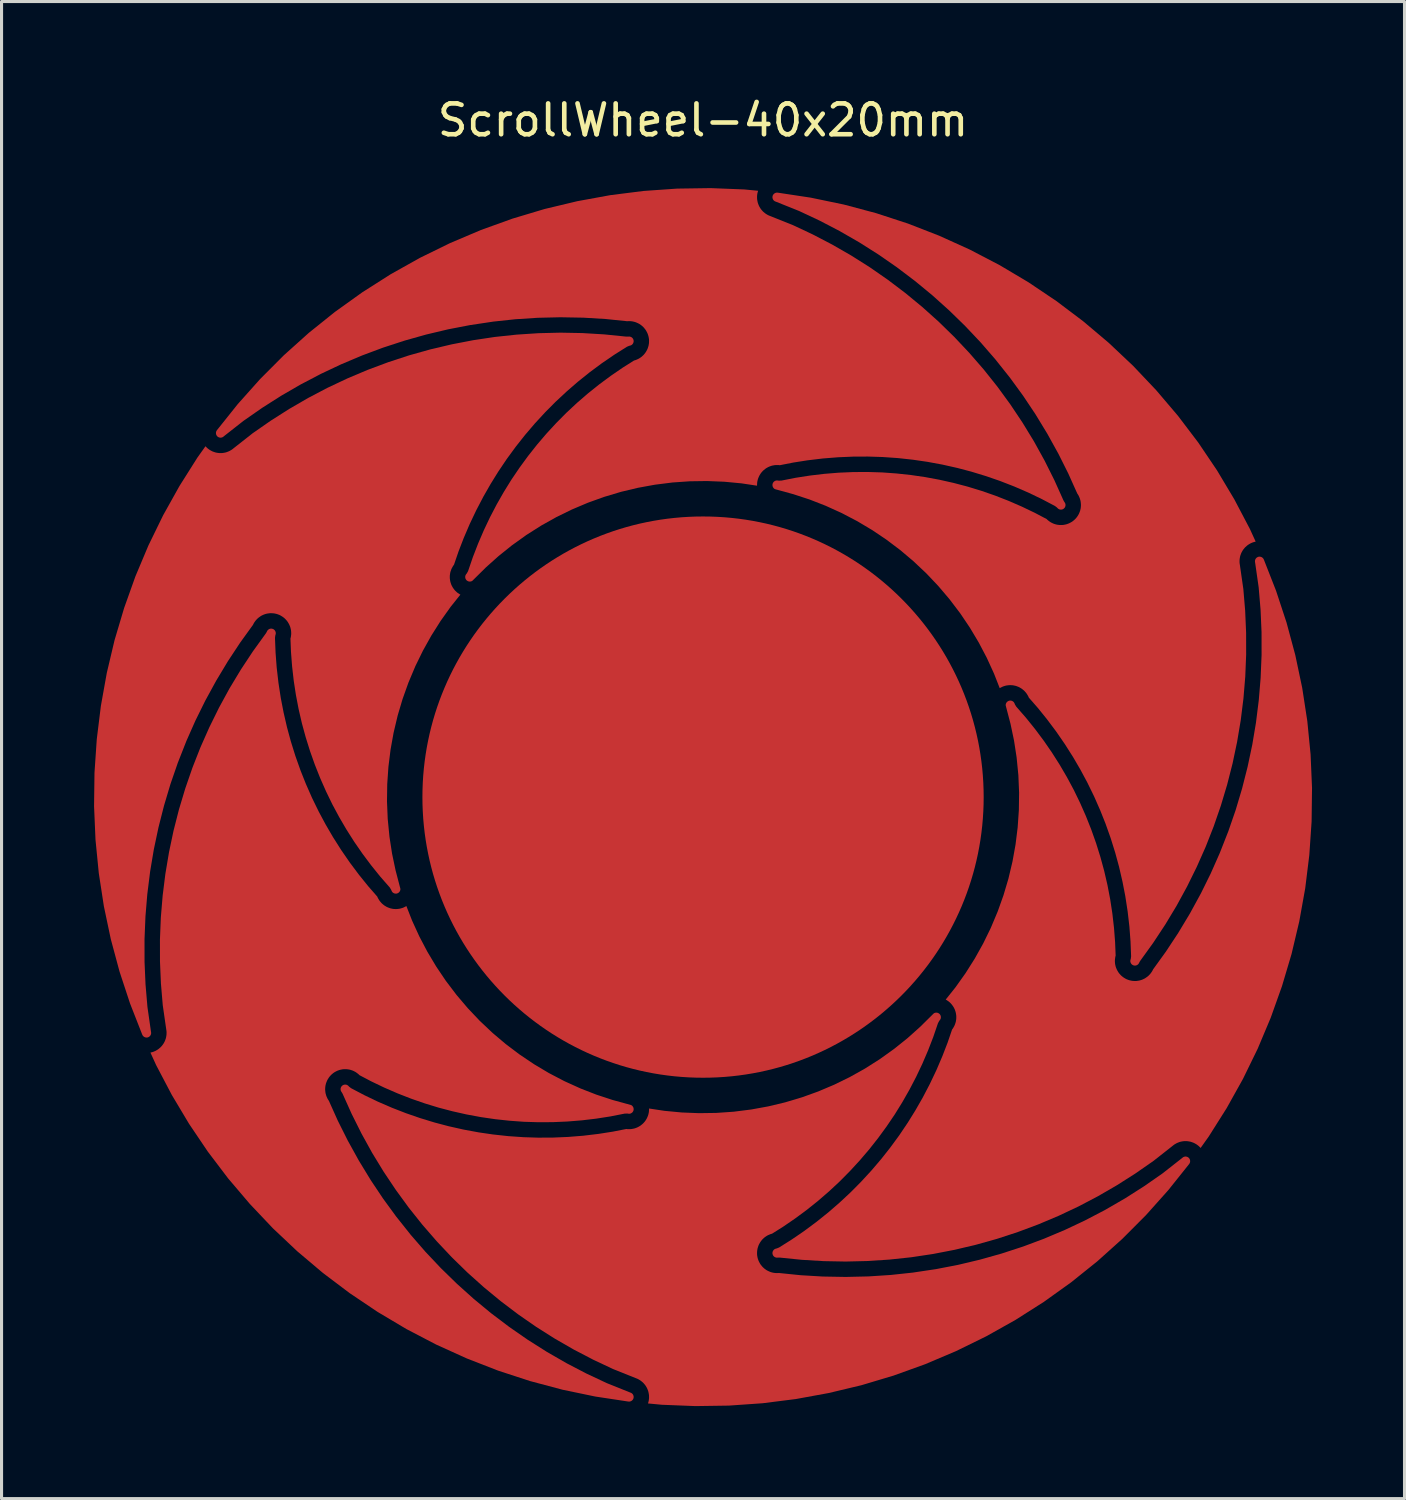
<source format=kicad_pcb>
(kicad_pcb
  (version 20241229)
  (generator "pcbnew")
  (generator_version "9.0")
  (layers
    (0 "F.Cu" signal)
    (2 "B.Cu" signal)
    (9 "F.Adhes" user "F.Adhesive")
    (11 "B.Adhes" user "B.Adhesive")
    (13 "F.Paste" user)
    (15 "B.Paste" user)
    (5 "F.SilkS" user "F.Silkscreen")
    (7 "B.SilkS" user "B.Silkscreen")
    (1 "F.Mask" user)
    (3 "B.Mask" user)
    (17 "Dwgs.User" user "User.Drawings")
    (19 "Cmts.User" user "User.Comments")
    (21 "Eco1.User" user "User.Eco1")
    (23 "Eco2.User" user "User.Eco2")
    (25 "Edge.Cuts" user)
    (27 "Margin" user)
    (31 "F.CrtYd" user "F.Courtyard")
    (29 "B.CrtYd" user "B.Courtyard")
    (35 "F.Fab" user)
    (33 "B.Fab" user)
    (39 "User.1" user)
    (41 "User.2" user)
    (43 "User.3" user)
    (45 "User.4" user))
  (footprint "ScrollWheel-40x20mm"
    (layer "F.Cu")
    (at 19.748 22.798)
    (property "Reference" "ScrollWheel-40x20mm" (at 0 -21.95 0) (layer "F.SilkS") (effects (font (size 1 1) (thickness 0.15))))
    (attr smd)
    (fp_circle (center 0 0) (end 0 -9) (stroke (width 0.2) (type solid)) (fill yes) (layer "F.Cu"))
    (pad "1" smd custom (at 0 -15) (size 2 2) (layers "F.Cu") (options (anchor circle)) (primitives (gr_poly (pts (xy 1.335 -4.705) (xy 1.785 -4.662) (xy 1.769 -4.605) (xy 1.76 -4.565) (xy 1.752 -4.499) (xy 1.751 -4.458) (xy 1.753 -4.392) (xy 1.759 -4.351) (xy 1.772 -4.286) (xy 1.784 -4.247) (xy 1.808 -4.185) (xy 1.826 -4.148) (xy 1.86 -4.091) (xy 1.884 -4.058) (xy 1.927 -4.007) (xy 1.956 -3.978) (xy 2.007 -3.936) (xy 2.04 -3.912) (xy 2.097 -3.878) (xy 2.134 -3.86) (xy 2.195 -3.836) (xy 2.917 -3.547) (xy 3.559 -3.245) (xy 4.19 -2.916) (xy 4.807 -2.561) (xy 5.408 -2.181) (xy 5.993 -1.775) (xy 6.56 -1.346) (xy 7.109 -0.893) (xy 7.639 -0.418) (xy 8.148 0.079) (xy 8.636 0.597) (xy 9.102 1.134) (xy 9.546 1.691) (xy 9.965 2.266) (xy 10.36 2.857) (xy 10.731 3.465) (xy 11.075 4.088) (xy 11.393 4.724) (xy 11.687 5.378) (xy 11.709 5.417) (xy 11.734 5.455) (xy 11.745 5.477) (xy 11.751 5.501) (xy 11.754 5.525) (xy 11.753 5.55) (xy 11.747 5.574) (xy 11.738 5.597) (xy 11.725 5.617) (xy 11.708 5.636) (xy 11.689 5.652) (xy 11.668 5.664) (xy 11.645 5.672) (xy 11.621 5.677) (xy 11.596 5.677) (xy 11.572 5.674) (xy 11.548 5.667) (xy 11.526 5.655) (xy 11.507 5.641) (xy 11.475 5.608) (xy 11.412 5.56) (xy 10.988 5.337) (xy 10.98 5.333) (xy 10.549 5.126) (xy 10.54 5.122) (xy 10.101 4.932) (xy 10.092 4.928) (xy 9.647 4.755) (xy 9.638 4.751) (xy 9.186 4.595) (xy 9.177 4.592) (xy 8.719 4.452) (xy 8.71 4.449) (xy 8.248 4.327) (xy 8.239 4.325) (xy 7.772 4.22) (xy 7.763 4.218) (xy 7.292 4.131) (xy 7.283 4.129) (xy 6.81 4.06) (xy 6.8 4.059) (xy 6.325 4.007) (xy 6.315 4.006) (xy 5.838 3.973) (xy 5.829 3.972) (xy 5.351 3.957) (xy 5.341 3.957) (xy 4.863 3.959) (xy 4.853 3.96) (xy 4.375 3.98) (xy 4.366 3.981) (xy 3.889 4.019) (xy 3.88 4.02) (xy 3.405 4.077) (xy 3.395 4.078) (xy 2.923 4.152) (xy 2.914 4.154) (xy 2.487 4.238) (xy 2.464 4.234) (xy 2.423 4.232) (xy 2.357 4.233) (xy 2.316 4.237) (xy 2.251 4.249) (xy 2.211 4.259) (xy 2.149 4.282) (xy 2.111 4.299) (xy 2.054 4.331) (xy 2.02 4.354) (xy 1.968 4.396) (xy 1.938 4.424) (xy 1.894 4.473) (xy 1.869 4.506) (xy 1.834 4.562) (xy 1.815 4.599) (xy 1.789 4.66) (xy 1.776 4.699) (xy 1.761 4.763) (xy 1.755 4.804) (xy 1.751 4.87) (xy 1.751 4.902) (xy 1.261 4.828) (xy 1.247 4.826) (xy 0.698 4.774) (xy 0.685 4.773) (xy 0.134 4.751) (xy 0.12 4.751) (xy -0.431 4.759) (xy -0.445 4.76) (xy -0.994 4.798) (xy -1.008 4.8) (xy -1.555 4.869) (xy -1.568 4.871) (xy -2.11 4.97) (xy -2.124 4.973) (xy -2.66 5.101) (xy -2.673 5.105) (xy -3.201 5.263) (xy -3.214 5.267) (xy -3.733 5.454) (xy -3.745 5.459) (xy -4.253 5.674) (xy -4.265 5.68) (xy -4.76 5.922) (xy -4.772 5.929) (xy -5.253 6.198) (xy -5.265 6.206) (xy -5.73 6.501) (xy -5.741 6.509) (xy -6.189 6.83) (xy -6.2 6.838) (xy -6.63 7.183) (xy -6.64 7.192) (xy -7.051 7.56) (xy -7.059 7.569) (xy -7.479 7.984) (xy -7.494 7.994) (xy -7.517 8.004) (xy -7.541 8.009) (xy -7.565 8.011) (xy -7.59 8.009) (xy -7.614 8.002) (xy -7.636 7.992) (xy -7.657 7.978) (xy -7.675 7.962) (xy -7.689 7.942) (xy -7.701 7.92) (xy -7.709 7.897) (xy -7.712 7.872) (xy -7.712 7.848) (xy -7.708 7.823) (xy -7.699 7.8) (xy -7.687 7.779) (xy -7.659 7.743) (xy -7.618 7.668) (xy -7.465 7.22) (xy -7.296 6.783) (xy -7.111 6.352) (xy -6.91 5.928) (xy -6.693 5.512) (xy -6.461 5.105) (xy -6.214 4.706) (xy -5.951 4.318) (xy -5.674 3.939) (xy -5.383 3.571) (xy -5.079 3.215) (xy -4.761 2.87) (xy -4.431 2.537) (xy -4.088 2.217) (xy -3.733 1.91) (xy -3.367 1.617) (xy -2.99 1.338) (xy -2.603 1.073) (xy -2.237 0.842) (xy -2.212 0.836) (xy -2.172 0.822) (xy -2.112 0.796) (xy -2.075 0.777) (xy -2.02 0.741) (xy -1.987 0.716) (xy -1.938 0.671) (xy -1.91 0.641) (xy -1.87 0.589) (xy -1.847 0.554) (xy -1.815 0.496) (xy -1.798 0.459) (xy -1.777 0.396) (xy -1.766 0.356) (xy -1.755 0.291) (xy -1.752 0.25) (xy -1.751 0.184) (xy -1.754 0.143) (xy -1.765 0.078) (xy -1.775 0.038) (xy -1.796 -0.025) (xy -1.813 -0.063) (xy -1.844 -0.121) (xy -1.866 -0.156) (xy -1.907 -0.208) (xy -1.934 -0.239) (xy -1.983 -0.284) (xy -2.015 -0.309) (xy -2.07 -0.346) (xy -2.107 -0.365) (xy -2.167 -0.392) (xy -2.206 -0.406) (xy -2.27 -0.422) (xy -2.311 -0.429) (xy -2.376 -0.435) (xy -2.418 -0.435) (xy -2.461 -0.432) (xy -3.157 -0.503) (xy -3.167 -0.504) (xy -3.888 -0.547) (xy -3.898 -0.547) (xy -4.62 -0.56) (xy -4.631 -0.56) (xy -5.353 -0.543) (xy -5.363 -0.543) (xy -6.083 -0.496) (xy -6.094 -0.495) (xy -6.812 -0.418) (xy -6.822 -0.416) (xy -7.536 -0.309) (xy -7.546 -0.308) (xy -8.255 -0.171) (xy -8.266 -0.169) (xy -8.968 -0.002) (xy -8.978 0.000178) (xy -9.673 0.196) (xy -9.683 0.199) (xy -10.37 0.423) (xy -10.379 0.426) (xy -11.056 0.679) (xy -11.065 0.683) (xy -11.731 0.964) (xy -11.74 0.968) (xy -12.393 1.276) (xy -12.402 1.281) (xy -13.042 1.616) (xy -13.051 1.621) (xy -13.676 1.983) (xy -13.685 1.988) (xy -14.294 2.376) (xy -14.303 2.382) (xy -14.895 2.794) (xy -14.907 2.803) (xy -15.526 3.289) (xy -15.528 3.291) (xy -15.563 3.319) (xy -15.584 3.331) (xy -15.608 3.339) (xy -15.632 3.344) (xy -15.656 3.344) (xy -15.681 3.34) (xy -15.704 3.333) (xy -15.726 3.321) (xy -15.746 3.307) (xy -15.763 3.289) (xy -15.776 3.268) (xy -15.787 3.246) (xy -15.793 3.222) (xy -15.795 3.198) (xy -15.794 3.173) (xy -15.788 3.149) (xy -15.779 3.126) (xy -15.762 3.1) (xy -15.087 2.255) (xy -14.362 1.443) (xy -13.593 0.672) (xy -12.783 -0.055) (xy -11.934 -0.736) (xy -11.049 -1.37) (xy -10.131 -1.954) (xy -9.182 -2.486) (xy -8.204 -2.965) (xy -7.202 -3.39) (xy -6.178 -3.759) (xy -5.136 -4.071) (xy -4.077 -4.324) (xy -3.006 -4.52) (xy -1.927 -4.656) (xy -0.841 -4.732) (xy 0.247 -4.748)) (width 0) (fill yes))))
    (pad "2" smd custom (at -12.99 -7.5 60) (size 2 2) (layers "F.Cu") (options (anchor circle)) (primitives (gr_poly (pts (xy 1.335 -4.705) (xy 1.785 -4.662) (xy 1.769 -4.605) (xy 1.76 -4.565) (xy 1.752 -4.499) (xy 1.751 -4.458) (xy 1.753 -4.392) (xy 1.759 -4.351) (xy 1.772 -4.286) (xy 1.784 -4.247) (xy 1.808 -4.185) (xy 1.826 -4.148) (xy 1.86 -4.091) (xy 1.884 -4.058) (xy 1.927 -4.007) (xy 1.956 -3.978) (xy 2.007 -3.936) (xy 2.04 -3.912) (xy 2.097 -3.878) (xy 2.134 -3.86) (xy 2.195 -3.836) (xy 2.917 -3.547) (xy 3.559 -3.245) (xy 4.19 -2.916) (xy 4.807 -2.561) (xy 5.408 -2.181) (xy 5.993 -1.775) (xy 6.56 -1.346) (xy 7.109 -0.893) (xy 7.639 -0.418) (xy 8.148 0.079) (xy 8.636 0.597) (xy 9.102 1.134) (xy 9.546 1.691) (xy 9.965 2.266) (xy 10.36 2.857) (xy 10.731 3.465) (xy 11.075 4.088) (xy 11.393 4.724) (xy 11.687 5.378) (xy 11.709 5.417) (xy 11.734 5.455) (xy 11.745 5.477) (xy 11.751 5.501) (xy 11.754 5.525) (xy 11.753 5.55) (xy 11.747 5.574) (xy 11.738 5.597) (xy 11.725 5.617) (xy 11.708 5.636) (xy 11.689 5.652) (xy 11.668 5.664) (xy 11.645 5.672) (xy 11.621 5.677) (xy 11.596 5.677) (xy 11.572 5.674) (xy 11.548 5.667) (xy 11.526 5.655) (xy 11.507 5.641) (xy 11.475 5.608) (xy 11.412 5.56) (xy 10.988 5.337) (xy 10.98 5.333) (xy 10.549 5.126) (xy 10.54 5.122) (xy 10.101 4.932) (xy 10.092 4.928) (xy 9.647 4.755) (xy 9.638 4.751) (xy 9.186 4.595) (xy 9.177 4.592) (xy 8.719 4.452) (xy 8.71 4.449) (xy 8.248 4.327) (xy 8.239 4.325) (xy 7.772 4.22) (xy 7.763 4.218) (xy 7.292 4.131) (xy 7.283 4.129) (xy 6.81 4.06) (xy 6.8 4.059) (xy 6.325 4.007) (xy 6.315 4.006) (xy 5.838 3.973) (xy 5.829 3.972) (xy 5.351 3.957) (xy 5.341 3.957) (xy 4.863 3.959) (xy 4.853 3.96) (xy 4.375 3.98) (xy 4.366 3.981) (xy 3.889 4.019) (xy 3.88 4.02) (xy 3.405 4.077) (xy 3.395 4.078) (xy 2.923 4.152) (xy 2.914 4.154) (xy 2.487 4.238) (xy 2.464 4.234) (xy 2.423 4.232) (xy 2.357 4.233) (xy 2.316 4.237) (xy 2.251 4.249) (xy 2.211 4.259) (xy 2.149 4.282) (xy 2.111 4.299) (xy 2.054 4.331) (xy 2.02 4.354) (xy 1.968 4.396) (xy 1.938 4.424) (xy 1.894 4.473) (xy 1.869 4.506) (xy 1.834 4.562) (xy 1.815 4.599) (xy 1.789 4.66) (xy 1.776 4.699) (xy 1.761 4.763) (xy 1.755 4.804) (xy 1.751 4.87) (xy 1.751 4.902) (xy 1.261 4.828) (xy 1.247 4.826) (xy 0.698 4.774) (xy 0.685 4.773) (xy 0.134 4.751) (xy 0.12 4.751) (xy -0.431 4.759) (xy -0.445 4.76) (xy -0.994 4.798) (xy -1.008 4.8) (xy -1.555 4.869) (xy -1.568 4.871) (xy -2.11 4.97) (xy -2.124 4.973) (xy -2.66 5.101) (xy -2.673 5.105) (xy -3.201 5.263) (xy -3.214 5.267) (xy -3.733 5.454) (xy -3.745 5.459) (xy -4.253 5.674) (xy -4.265 5.68) (xy -4.76 5.922) (xy -4.772 5.929) (xy -5.253 6.198) (xy -5.265 6.206) (xy -5.73 6.501) (xy -5.741 6.509) (xy -6.189 6.83) (xy -6.2 6.838) (xy -6.63 7.183) (xy -6.64 7.192) (xy -7.051 7.56) (xy -7.059 7.569) (xy -7.479 7.984) (xy -7.494 7.994) (xy -7.517 8.004) (xy -7.541 8.009) (xy -7.565 8.011) (xy -7.59 8.009) (xy -7.614 8.002) (xy -7.636 7.992) (xy -7.657 7.978) (xy -7.675 7.962) (xy -7.689 7.942) (xy -7.701 7.92) (xy -7.709 7.897) (xy -7.712 7.872) (xy -7.712 7.848) (xy -7.708 7.823) (xy -7.699 7.8) (xy -7.687 7.779) (xy -7.659 7.743) (xy -7.618 7.668) (xy -7.465 7.22) (xy -7.296 6.783) (xy -7.111 6.352) (xy -6.91 5.928) (xy -6.693 5.512) (xy -6.461 5.105) (xy -6.214 4.706) (xy -5.951 4.318) (xy -5.674 3.939) (xy -5.383 3.571) (xy -5.079 3.215) (xy -4.761 2.87) (xy -4.431 2.537) (xy -4.088 2.217) (xy -3.733 1.91) (xy -3.367 1.617) (xy -2.99 1.338) (xy -2.603 1.073) (xy -2.237 0.842) (xy -2.212 0.836) (xy -2.172 0.822) (xy -2.112 0.796) (xy -2.075 0.777) (xy -2.02 0.741) (xy -1.987 0.716) (xy -1.938 0.671) (xy -1.91 0.641) (xy -1.87 0.589) (xy -1.847 0.554) (xy -1.815 0.496) (xy -1.798 0.459) (xy -1.777 0.396) (xy -1.766 0.356) (xy -1.755 0.291) (xy -1.752 0.25) (xy -1.751 0.184) (xy -1.754 0.143) (xy -1.765 0.078) (xy -1.775 0.038) (xy -1.796 -0.025) (xy -1.813 -0.063) (xy -1.844 -0.121) (xy -1.866 -0.156) (xy -1.907 -0.208) (xy -1.934 -0.239) (xy -1.983 -0.284) (xy -2.015 -0.309) (xy -2.07 -0.346) (xy -2.107 -0.365) (xy -2.167 -0.392) (xy -2.206 -0.406) (xy -2.27 -0.422) (xy -2.311 -0.429) (xy -2.376 -0.435) (xy -2.418 -0.435) (xy -2.461 -0.432) (xy -3.157 -0.503) (xy -3.167 -0.504) (xy -3.888 -0.547) (xy -3.898 -0.547) (xy -4.62 -0.56) (xy -4.631 -0.56) (xy -5.353 -0.543) (xy -5.363 -0.543) (xy -6.083 -0.496) (xy -6.094 -0.495) (xy -6.812 -0.418) (xy -6.822 -0.416) (xy -7.536 -0.309) (xy -7.546 -0.308) (xy -8.255 -0.171) (xy -8.266 -0.169) (xy -8.968 -0.002) (xy -8.978 0.000178) (xy -9.673 0.196) (xy -9.683 0.199) (xy -10.37 0.423) (xy -10.379 0.426) (xy -11.056 0.679) (xy -11.065 0.683) (xy -11.731 0.964) (xy -11.74 0.968) (xy -12.393 1.276) (xy -12.402 1.281) (xy -13.042 1.616) (xy -13.051 1.621) (xy -13.676 1.983) (xy -13.685 1.988) (xy -14.294 2.376) (xy -14.303 2.382) (xy -14.895 2.794) (xy -14.907 2.803) (xy -15.526 3.289) (xy -15.528 3.291) (xy -15.563 3.319) (xy -15.584 3.331) (xy -15.608 3.339) (xy -15.632 3.344) (xy -15.656 3.344) (xy -15.681 3.34) (xy -15.704 3.333) (xy -15.726 3.321) (xy -15.746 3.307) (xy -15.763 3.289) (xy -15.776 3.268) (xy -15.787 3.246) (xy -15.793 3.222) (xy -15.795 3.198) (xy -15.794 3.173) (xy -15.788 3.149) (xy -15.779 3.126) (xy -15.762 3.1) (xy -15.087 2.255) (xy -14.362 1.443) (xy -13.593 0.672) (xy -12.783 -0.055) (xy -11.934 -0.736) (xy -11.049 -1.37) (xy -10.131 -1.954) (xy -9.182 -2.486) (xy -8.204 -2.965) (xy -7.202 -3.39) (xy -6.178 -3.759) (xy -5.136 -4.071) (xy -4.077 -4.324) (xy -3.006 -4.52) (xy -1.927 -4.656) (xy -0.841 -4.732) (xy 0.247 -4.748)) (width 0) (fill yes))))
    (pad "3" smd custom (at -12.99 7.5 120) (size 2 2) (layers "F.Cu") (options (anchor circle)) (primitives (gr_poly (pts (xy 1.335 -4.705) (xy 1.785 -4.662) (xy 1.769 -4.605) (xy 1.76 -4.565) (xy 1.752 -4.499) (xy 1.751 -4.458) (xy 1.753 -4.392) (xy 1.759 -4.351) (xy 1.772 -4.286) (xy 1.784 -4.247) (xy 1.808 -4.185) (xy 1.826 -4.148) (xy 1.86 -4.091) (xy 1.884 -4.058) (xy 1.927 -4.007) (xy 1.956 -3.978) (xy 2.007 -3.936) (xy 2.04 -3.912) (xy 2.097 -3.878) (xy 2.134 -3.86) (xy 2.195 -3.836) (xy 2.917 -3.547) (xy 3.559 -3.245) (xy 4.19 -2.916) (xy 4.807 -2.561) (xy 5.408 -2.181) (xy 5.993 -1.775) (xy 6.56 -1.346) (xy 7.109 -0.893) (xy 7.639 -0.418) (xy 8.148 0.079) (xy 8.636 0.597) (xy 9.102 1.134) (xy 9.546 1.691) (xy 9.965 2.266) (xy 10.36 2.857) (xy 10.731 3.465) (xy 11.075 4.088) (xy 11.393 4.724) (xy 11.687 5.378) (xy 11.709 5.417) (xy 11.734 5.455) (xy 11.745 5.477) (xy 11.751 5.501) (xy 11.754 5.525) (xy 11.753 5.55) (xy 11.747 5.574) (xy 11.738 5.597) (xy 11.725 5.617) (xy 11.708 5.636) (xy 11.689 5.652) (xy 11.668 5.664) (xy 11.645 5.672) (xy 11.621 5.677) (xy 11.596 5.677) (xy 11.572 5.674) (xy 11.548 5.667) (xy 11.526 5.655) (xy 11.507 5.641) (xy 11.475 5.608) (xy 11.412 5.56) (xy 10.988 5.337) (xy 10.98 5.333) (xy 10.549 5.126) (xy 10.54 5.122) (xy 10.101 4.932) (xy 10.092 4.928) (xy 9.647 4.755) (xy 9.638 4.751) (xy 9.186 4.595) (xy 9.177 4.592) (xy 8.719 4.452) (xy 8.71 4.449) (xy 8.248 4.327) (xy 8.239 4.325) (xy 7.772 4.22) (xy 7.763 4.218) (xy 7.292 4.131) (xy 7.283 4.129) (xy 6.81 4.06) (xy 6.8 4.059) (xy 6.325 4.007) (xy 6.315 4.006) (xy 5.838 3.973) (xy 5.829 3.972) (xy 5.351 3.957) (xy 5.341 3.957) (xy 4.863 3.959) (xy 4.853 3.96) (xy 4.375 3.98) (xy 4.366 3.981) (xy 3.889 4.019) (xy 3.88 4.02) (xy 3.405 4.077) (xy 3.395 4.078) (xy 2.923 4.152) (xy 2.914 4.154) (xy 2.487 4.238) (xy 2.464 4.234) (xy 2.423 4.232) (xy 2.357 4.233) (xy 2.316 4.237) (xy 2.251 4.249) (xy 2.211 4.259) (xy 2.149 4.282) (xy 2.111 4.299) (xy 2.054 4.331) (xy 2.02 4.354) (xy 1.968 4.396) (xy 1.938 4.424) (xy 1.894 4.473) (xy 1.869 4.506) (xy 1.834 4.562) (xy 1.815 4.599) (xy 1.789 4.66) (xy 1.776 4.699) (xy 1.761 4.763) (xy 1.755 4.804) (xy 1.751 4.87) (xy 1.751 4.902) (xy 1.261 4.828) (xy 1.247 4.826) (xy 0.698 4.774) (xy 0.685 4.773) (xy 0.134 4.751) (xy 0.12 4.751) (xy -0.431 4.759) (xy -0.445 4.76) (xy -0.994 4.798) (xy -1.008 4.8) (xy -1.555 4.869) (xy -1.568 4.871) (xy -2.11 4.97) (xy -2.124 4.973) (xy -2.66 5.101) (xy -2.673 5.105) (xy -3.201 5.263) (xy -3.214 5.267) (xy -3.733 5.454) (xy -3.745 5.459) (xy -4.253 5.674) (xy -4.265 5.68) (xy -4.76 5.922) (xy -4.772 5.929) (xy -5.253 6.198) (xy -5.265 6.206) (xy -5.73 6.501) (xy -5.741 6.509) (xy -6.189 6.83) (xy -6.2 6.838) (xy -6.63 7.183) (xy -6.64 7.192) (xy -7.051 7.56) (xy -7.059 7.569) (xy -7.479 7.984) (xy -7.494 7.994) (xy -7.517 8.004) (xy -7.541 8.009) (xy -7.565 8.011) (xy -7.59 8.009) (xy -7.614 8.002) (xy -7.636 7.992) (xy -7.657 7.978) (xy -7.675 7.962) (xy -7.689 7.942) (xy -7.701 7.92) (xy -7.709 7.897) (xy -7.712 7.872) (xy -7.712 7.848) (xy -7.708 7.823) (xy -7.699 7.8) (xy -7.687 7.779) (xy -7.659 7.743) (xy -7.618 7.668) (xy -7.465 7.22) (xy -7.296 6.783) (xy -7.111 6.352) (xy -6.91 5.928) (xy -6.693 5.512) (xy -6.461 5.105) (xy -6.214 4.706) (xy -5.951 4.318) (xy -5.674 3.939) (xy -5.383 3.571) (xy -5.079 3.215) (xy -4.761 2.87) (xy -4.431 2.537) (xy -4.088 2.217) (xy -3.733 1.91) (xy -3.367 1.617) (xy -2.99 1.338) (xy -2.603 1.073) (xy -2.237 0.842) (xy -2.212 0.836) (xy -2.172 0.822) (xy -2.112 0.796) (xy -2.075 0.777) (xy -2.02 0.741) (xy -1.987 0.716) (xy -1.938 0.671) (xy -1.91 0.641) (xy -1.87 0.589) (xy -1.847 0.554) (xy -1.815 0.496) (xy -1.798 0.459) (xy -1.777 0.396) (xy -1.766 0.356) (xy -1.755 0.291) (xy -1.752 0.25) (xy -1.751 0.184) (xy -1.754 0.143) (xy -1.765 0.078) (xy -1.775 0.038) (xy -1.796 -0.025) (xy -1.813 -0.063) (xy -1.844 -0.121) (xy -1.866 -0.156) (xy -1.907 -0.208) (xy -1.934 -0.239) (xy -1.983 -0.284) (xy -2.015 -0.309) (xy -2.07 -0.346) (xy -2.107 -0.365) (xy -2.167 -0.392) (xy -2.206 -0.406) (xy -2.27 -0.422) (xy -2.311 -0.429) (xy -2.376 -0.435) (xy -2.418 -0.435) (xy -2.461 -0.432) (xy -3.157 -0.503) (xy -3.167 -0.504) (xy -3.888 -0.547) (xy -3.898 -0.547) (xy -4.62 -0.56) (xy -4.631 -0.56) (xy -5.353 -0.543) (xy -5.363 -0.543) (xy -6.083 -0.496) (xy -6.094 -0.495) (xy -6.812 -0.418) (xy -6.822 -0.416) (xy -7.536 -0.309) (xy -7.546 -0.308) (xy -8.255 -0.171) (xy -8.266 -0.169) (xy -8.968 -0.002) (xy -8.978 0.000178) (xy -9.673 0.196) (xy -9.683 0.199) (xy -10.37 0.423) (xy -10.379 0.426) (xy -11.056 0.679) (xy -11.065 0.683) (xy -11.731 0.964) (xy -11.74 0.968) (xy -12.393 1.276) (xy -12.402 1.281) (xy -13.042 1.616) (xy -13.051 1.621) (xy -13.676 1.983) (xy -13.685 1.988) (xy -14.294 2.376) (xy -14.303 2.382) (xy -14.895 2.794) (xy -14.907 2.803) (xy -15.526 3.289) (xy -15.528 3.291) (xy -15.563 3.319) (xy -15.584 3.331) (xy -15.608 3.339) (xy -15.632 3.344) (xy -15.656 3.344) (xy -15.681 3.34) (xy -15.704 3.333) (xy -15.726 3.321) (xy -15.746 3.307) (xy -15.763 3.289) (xy -15.776 3.268) (xy -15.787 3.246) (xy -15.793 3.222) (xy -15.795 3.198) (xy -15.794 3.173) (xy -15.788 3.149) (xy -15.779 3.126) (xy -15.762 3.1) (xy -15.087 2.255) (xy -14.362 1.443) (xy -13.593 0.672) (xy -12.783 -0.055) (xy -11.934 -0.736) (xy -11.049 -1.37) (xy -10.131 -1.954) (xy -9.182 -2.486) (xy -8.204 -2.965) (xy -7.202 -3.39) (xy -6.178 -3.759) (xy -5.136 -4.071) (xy -4.077 -4.324) (xy -3.006 -4.52) (xy -1.927 -4.656) (xy -0.841 -4.732) (xy 0.247 -4.748)) (width 0) (fill yes))))
    (pad "4" smd custom (at 0 15 180) (size 2 2) (layers "F.Cu") (options (anchor circle)) (primitives (gr_poly (pts (xy 1.335 -4.705) (xy 1.785 -4.662) (xy 1.769 -4.605) (xy 1.76 -4.565) (xy 1.752 -4.499) (xy 1.751 -4.458) (xy 1.753 -4.392) (xy 1.759 -4.351) (xy 1.772 -4.286) (xy 1.784 -4.247) (xy 1.808 -4.185) (xy 1.826 -4.148) (xy 1.86 -4.091) (xy 1.884 -4.058) (xy 1.927 -4.007) (xy 1.956 -3.978) (xy 2.007 -3.936) (xy 2.04 -3.912) (xy 2.097 -3.878) (xy 2.134 -3.86) (xy 2.195 -3.836) (xy 2.917 -3.547) (xy 3.559 -3.245) (xy 4.19 -2.916) (xy 4.807 -2.561) (xy 5.408 -2.181) (xy 5.993 -1.775) (xy 6.56 -1.346) (xy 7.109 -0.893) (xy 7.639 -0.418) (xy 8.148 0.079) (xy 8.636 0.597) (xy 9.102 1.134) (xy 9.546 1.691) (xy 9.965 2.266) (xy 10.36 2.857) (xy 10.731 3.465) (xy 11.075 4.088) (xy 11.393 4.724) (xy 11.687 5.378) (xy 11.709 5.417) (xy 11.734 5.455) (xy 11.745 5.477) (xy 11.751 5.501) (xy 11.754 5.525) (xy 11.753 5.55) (xy 11.747 5.574) (xy 11.738 5.597) (xy 11.725 5.617) (xy 11.708 5.636) (xy 11.689 5.652) (xy 11.668 5.664) (xy 11.645 5.672) (xy 11.621 5.677) (xy 11.596 5.677) (xy 11.572 5.674) (xy 11.548 5.667) (xy 11.526 5.655) (xy 11.507 5.641) (xy 11.475 5.608) (xy 11.412 5.56) (xy 10.988 5.337) (xy 10.98 5.333) (xy 10.549 5.126) (xy 10.54 5.122) (xy 10.101 4.932) (xy 10.092 4.928) (xy 9.647 4.755) (xy 9.638 4.751) (xy 9.186 4.595) (xy 9.177 4.592) (xy 8.719 4.452) (xy 8.71 4.449) (xy 8.248 4.327) (xy 8.239 4.325) (xy 7.772 4.22) (xy 7.763 4.218) (xy 7.292 4.131) (xy 7.283 4.129) (xy 6.81 4.06) (xy 6.8 4.059) (xy 6.325 4.007) (xy 6.315 4.006) (xy 5.838 3.973) (xy 5.829 3.972) (xy 5.351 3.957) (xy 5.341 3.957) (xy 4.863 3.959) (xy 4.853 3.96) (xy 4.375 3.98) (xy 4.366 3.981) (xy 3.889 4.019) (xy 3.88 4.02) (xy 3.405 4.077) (xy 3.395 4.078) (xy 2.923 4.152) (xy 2.914 4.154) (xy 2.487 4.238) (xy 2.464 4.234) (xy 2.423 4.232) (xy 2.357 4.233) (xy 2.316 4.237) (xy 2.251 4.249) (xy 2.211 4.259) (xy 2.149 4.282) (xy 2.111 4.299) (xy 2.054 4.331) (xy 2.02 4.354) (xy 1.968 4.396) (xy 1.938 4.424) (xy 1.894 4.473) (xy 1.869 4.506) (xy 1.834 4.562) (xy 1.815 4.599) (xy 1.789 4.66) (xy 1.776 4.699) (xy 1.761 4.763) (xy 1.755 4.804) (xy 1.751 4.87) (xy 1.751 4.902) (xy 1.261 4.828) (xy 1.247 4.826) (xy 0.698 4.774) (xy 0.685 4.773) (xy 0.134 4.751) (xy 0.12 4.751) (xy -0.431 4.759) (xy -0.445 4.76) (xy -0.994 4.798) (xy -1.008 4.8) (xy -1.555 4.869) (xy -1.568 4.871) (xy -2.11 4.97) (xy -2.124 4.973) (xy -2.66 5.101) (xy -2.673 5.105) (xy -3.201 5.263) (xy -3.214 5.267) (xy -3.733 5.454) (xy -3.745 5.459) (xy -4.253 5.674) (xy -4.265 5.68) (xy -4.76 5.922) (xy -4.772 5.929) (xy -5.253 6.198) (xy -5.265 6.206) (xy -5.73 6.501) (xy -5.741 6.509) (xy -6.189 6.83) (xy -6.2 6.838) (xy -6.63 7.183) (xy -6.64 7.192) (xy -7.051 7.56) (xy -7.059 7.569) (xy -7.479 7.984) (xy -7.494 7.994) (xy -7.517 8.004) (xy -7.541 8.009) (xy -7.565 8.011) (xy -7.59 8.009) (xy -7.614 8.002) (xy -7.636 7.992) (xy -7.657 7.978) (xy -7.675 7.962) (xy -7.689 7.942) (xy -7.701 7.92) (xy -7.709 7.897) (xy -7.712 7.872) (xy -7.712 7.848) (xy -7.708 7.823) (xy -7.699 7.8) (xy -7.687 7.779) (xy -7.659 7.743) (xy -7.618 7.668) (xy -7.465 7.22) (xy -7.296 6.783) (xy -7.111 6.352) (xy -6.91 5.928) (xy -6.693 5.512) (xy -6.461 5.105) (xy -6.214 4.706) (xy -5.951 4.318) (xy -5.674 3.939) (xy -5.383 3.571) (xy -5.079 3.215) (xy -4.761 2.87) (xy -4.431 2.537) (xy -4.088 2.217) (xy -3.733 1.91) (xy -3.367 1.617) (xy -2.99 1.338) (xy -2.603 1.073) (xy -2.237 0.842) (xy -2.212 0.836) (xy -2.172 0.822) (xy -2.112 0.796) (xy -2.075 0.777) (xy -2.02 0.741) (xy -1.987 0.716) (xy -1.938 0.671) (xy -1.91 0.641) (xy -1.87 0.589) (xy -1.847 0.554) (xy -1.815 0.496) (xy -1.798 0.459) (xy -1.777 0.396) (xy -1.766 0.356) (xy -1.755 0.291) (xy -1.752 0.25) (xy -1.751 0.184) (xy -1.754 0.143) (xy -1.765 0.078) (xy -1.775 0.038) (xy -1.796 -0.025) (xy -1.813 -0.063) (xy -1.844 -0.121) (xy -1.866 -0.156) (xy -1.907 -0.208) (xy -1.934 -0.239) (xy -1.983 -0.284) (xy -2.015 -0.309) (xy -2.07 -0.346) (xy -2.107 -0.365) (xy -2.167 -0.392) (xy -2.206 -0.406) (xy -2.27 -0.422) (xy -2.311 -0.429) (xy -2.376 -0.435) (xy -2.418 -0.435) (xy -2.461 -0.432) (xy -3.157 -0.503) (xy -3.167 -0.504) (xy -3.888 -0.547) (xy -3.898 -0.547) (xy -4.62 -0.56) (xy -4.631 -0.56) (xy -5.353 -0.543) (xy -5.363 -0.543) (xy -6.083 -0.496) (xy -6.094 -0.495) (xy -6.812 -0.418) (xy -6.822 -0.416) (xy -7.536 -0.309) (xy -7.546 -0.308) (xy -8.255 -0.171) (xy -8.266 -0.169) (xy -8.968 -0.002) (xy -8.978 0.000178) (xy -9.673 0.196) (xy -9.683 0.199) (xy -10.37 0.423) (xy -10.379 0.426) (xy -11.056 0.679) (xy -11.065 0.683) (xy -11.731 0.964) (xy -11.74 0.968) (xy -12.393 1.276) (xy -12.402 1.281) (xy -13.042 1.616) (xy -13.051 1.621) (xy -13.676 1.983) (xy -13.685 1.988) (xy -14.294 2.376) (xy -14.303 2.382) (xy -14.895 2.794) (xy -14.907 2.803) (xy -15.526 3.289) (xy -15.528 3.291) (xy -15.563 3.319) (xy -15.584 3.331) (xy -15.608 3.339) (xy -15.632 3.344) (xy -15.656 3.344) (xy -15.681 3.34) (xy -15.704 3.333) (xy -15.726 3.321) (xy -15.746 3.307) (xy -15.763 3.289) (xy -15.776 3.268) (xy -15.787 3.246) (xy -15.793 3.222) (xy -15.795 3.198) (xy -15.794 3.173) (xy -15.788 3.149) (xy -15.779 3.126) (xy -15.762 3.1) (xy -15.087 2.255) (xy -14.362 1.443) (xy -13.593 0.672) (xy -12.783 -0.055) (xy -11.934 -0.736) (xy -11.049 -1.37) (xy -10.131 -1.954) (xy -9.182 -2.486) (xy -8.204 -2.965) (xy -7.202 -3.39) (xy -6.178 -3.759) (xy -5.136 -4.071) (xy -4.077 -4.324) (xy -3.006 -4.52) (xy -1.927 -4.656) (xy -0.841 -4.732) (xy 0.247 -4.748)) (width 0) (fill yes))))
    (pad "5" smd custom (at 12.99 7.5 240) (size 2 2) (layers "F.Cu") (options (anchor circle)) (primitives (gr_poly (pts (xy 1.335 -4.705) (xy 1.785 -4.662) (xy 1.769 -4.605) (xy 1.76 -4.565) (xy 1.752 -4.499) (xy 1.751 -4.458) (xy 1.753 -4.392) (xy 1.759 -4.351) (xy 1.772 -4.286) (xy 1.784 -4.247) (xy 1.808 -4.185) (xy 1.826 -4.148) (xy 1.86 -4.091) (xy 1.884 -4.058) (xy 1.927 -4.007) (xy 1.956 -3.978) (xy 2.007 -3.936) (xy 2.04 -3.912) (xy 2.097 -3.878) (xy 2.134 -3.86) (xy 2.195 -3.836) (xy 2.917 -3.547) (xy 3.559 -3.245) (xy 4.19 -2.916) (xy 4.807 -2.561) (xy 5.408 -2.181) (xy 5.993 -1.775) (xy 6.56 -1.346) (xy 7.109 -0.893) (xy 7.639 -0.418) (xy 8.148 0.079) (xy 8.636 0.597) (xy 9.102 1.134) (xy 9.546 1.691) (xy 9.965 2.266) (xy 10.36 2.857) (xy 10.731 3.465) (xy 11.075 4.088) (xy 11.393 4.724) (xy 11.687 5.378) (xy 11.709 5.417) (xy 11.734 5.455) (xy 11.745 5.477) (xy 11.751 5.501) (xy 11.754 5.525) (xy 11.753 5.55) (xy 11.747 5.574) (xy 11.738 5.597) (xy 11.725 5.617) (xy 11.708 5.636) (xy 11.689 5.652) (xy 11.668 5.664) (xy 11.645 5.672) (xy 11.621 5.677) (xy 11.596 5.677) (xy 11.572 5.674) (xy 11.548 5.667) (xy 11.526 5.655) (xy 11.507 5.641) (xy 11.475 5.608) (xy 11.412 5.56) (xy 10.988 5.337) (xy 10.98 5.333) (xy 10.549 5.126) (xy 10.54 5.122) (xy 10.101 4.932) (xy 10.092 4.928) (xy 9.647 4.755) (xy 9.638 4.751) (xy 9.186 4.595) (xy 9.177 4.592) (xy 8.719 4.452) (xy 8.71 4.449) (xy 8.248 4.327) (xy 8.239 4.325) (xy 7.772 4.22) (xy 7.763 4.218) (xy 7.292 4.131) (xy 7.283 4.129) (xy 6.81 4.06) (xy 6.8 4.059) (xy 6.325 4.007) (xy 6.315 4.006) (xy 5.838 3.973) (xy 5.829 3.972) (xy 5.351 3.957) (xy 5.341 3.957) (xy 4.863 3.959) (xy 4.853 3.96) (xy 4.375 3.98) (xy 4.366 3.981) (xy 3.889 4.019) (xy 3.88 4.02) (xy 3.405 4.077) (xy 3.395 4.078) (xy 2.923 4.152) (xy 2.914 4.154) (xy 2.487 4.238) (xy 2.464 4.234) (xy 2.423 4.232) (xy 2.357 4.233) (xy 2.316 4.237) (xy 2.251 4.249) (xy 2.211 4.259) (xy 2.149 4.282) (xy 2.111 4.299) (xy 2.054 4.331) (xy 2.02 4.354) (xy 1.968 4.396) (xy 1.938 4.424) (xy 1.894 4.473) (xy 1.869 4.506) (xy 1.834 4.562) (xy 1.815 4.599) (xy 1.789 4.66) (xy 1.776 4.699) (xy 1.761 4.763) (xy 1.755 4.804) (xy 1.751 4.87) (xy 1.751 4.902) (xy 1.261 4.828) (xy 1.247 4.826) (xy 0.698 4.774) (xy 0.685 4.773) (xy 0.134 4.751) (xy 0.12 4.751) (xy -0.431 4.759) (xy -0.445 4.76) (xy -0.994 4.798) (xy -1.008 4.8) (xy -1.555 4.869) (xy -1.568 4.871) (xy -2.11 4.97) (xy -2.124 4.973) (xy -2.66 5.101) (xy -2.673 5.105) (xy -3.201 5.263) (xy -3.214 5.267) (xy -3.733 5.454) (xy -3.745 5.459) (xy -4.253 5.674) (xy -4.265 5.68) (xy -4.76 5.922) (xy -4.772 5.929) (xy -5.253 6.198) (xy -5.265 6.206) (xy -5.73 6.501) (xy -5.741 6.509) (xy -6.189 6.83) (xy -6.2 6.838) (xy -6.63 7.183) (xy -6.64 7.192) (xy -7.051 7.56) (xy -7.059 7.569) (xy -7.479 7.984) (xy -7.494 7.994) (xy -7.517 8.004) (xy -7.541 8.009) (xy -7.565 8.011) (xy -7.59 8.009) (xy -7.614 8.002) (xy -7.636 7.992) (xy -7.657 7.978) (xy -7.675 7.962) (xy -7.689 7.942) (xy -7.701 7.92) (xy -7.709 7.897) (xy -7.712 7.872) (xy -7.712 7.848) (xy -7.708 7.823) (xy -7.699 7.8) (xy -7.687 7.779) (xy -7.659 7.743) (xy -7.618 7.668) (xy -7.465 7.22) (xy -7.296 6.783) (xy -7.111 6.352) (xy -6.91 5.928) (xy -6.693 5.512) (xy -6.461 5.105) (xy -6.214 4.706) (xy -5.951 4.318) (xy -5.674 3.939) (xy -5.383 3.571) (xy -5.079 3.215) (xy -4.761 2.87) (xy -4.431 2.537) (xy -4.088 2.217) (xy -3.733 1.91) (xy -3.367 1.617) (xy -2.99 1.338) (xy -2.603 1.073) (xy -2.237 0.842) (xy -2.212 0.836) (xy -2.172 0.822) (xy -2.112 0.796) (xy -2.075 0.777) (xy -2.02 0.741) (xy -1.987 0.716) (xy -1.938 0.671) (xy -1.91 0.641) (xy -1.87 0.589) (xy -1.847 0.554) (xy -1.815 0.496) (xy -1.798 0.459) (xy -1.777 0.396) (xy -1.766 0.356) (xy -1.755 0.291) (xy -1.752 0.25) (xy -1.751 0.184) (xy -1.754 0.143) (xy -1.765 0.078) (xy -1.775 0.038) (xy -1.796 -0.025) (xy -1.813 -0.063) (xy -1.844 -0.121) (xy -1.866 -0.156) (xy -1.907 -0.208) (xy -1.934 -0.239) (xy -1.983 -0.284) (xy -2.015 -0.309) (xy -2.07 -0.346) (xy -2.107 -0.365) (xy -2.167 -0.392) (xy -2.206 -0.406) (xy -2.27 -0.422) (xy -2.311 -0.429) (xy -2.376 -0.435) (xy -2.418 -0.435) (xy -2.461 -0.432) (xy -3.157 -0.503) (xy -3.167 -0.504) (xy -3.888 -0.547) (xy -3.898 -0.547) (xy -4.62 -0.56) (xy -4.631 -0.56) (xy -5.353 -0.543) (xy -5.363 -0.543) (xy -6.083 -0.496) (xy -6.094 -0.495) (xy -6.812 -0.418) (xy -6.822 -0.416) (xy -7.536 -0.309) (xy -7.546 -0.308) (xy -8.255 -0.171) (xy -8.266 -0.169) (xy -8.968 -0.002) (xy -8.978 0.000178) (xy -9.673 0.196) (xy -9.683 0.199) (xy -10.37 0.423) (xy -10.379 0.426) (xy -11.056 0.679) (xy -11.065 0.683) (xy -11.731 0.964) (xy -11.74 0.968) (xy -12.393 1.276) (xy -12.402 1.281) (xy -13.042 1.616) (xy -13.051 1.621) (xy -13.676 1.983) (xy -13.685 1.988) (xy -14.294 2.376) (xy -14.303 2.382) (xy -14.895 2.794) (xy -14.907 2.803) (xy -15.526 3.289) (xy -15.528 3.291) (xy -15.563 3.319) (xy -15.584 3.331) (xy -15.608 3.339) (xy -15.632 3.344) (xy -15.656 3.344) (xy -15.681 3.34) (xy -15.704 3.333) (xy -15.726 3.321) (xy -15.746 3.307) (xy -15.763 3.289) (xy -15.776 3.268) (xy -15.787 3.246) (xy -15.793 3.222) (xy -15.795 3.198) (xy -15.794 3.173) (xy -15.788 3.149) (xy -15.779 3.126) (xy -15.762 3.1) (xy -15.087 2.255) (xy -14.362 1.443) (xy -13.593 0.672) (xy -12.783 -0.055) (xy -11.934 -0.736) (xy -11.049 -1.37) (xy -10.131 -1.954) (xy -9.182 -2.486) (xy -8.204 -2.965) (xy -7.202 -3.39) (xy -6.178 -3.759) (xy -5.136 -4.071) (xy -4.077 -4.324) (xy -3.006 -4.52) (xy -1.927 -4.656) (xy -0.841 -4.732) (xy 0.247 -4.748)) (width 0) (fill yes))))
    (pad "6" smd custom (at 12.99 -7.5 300) (size 2 2) (layers "F.Cu") (options (anchor circle)) (primitives (gr_poly (pts (xy 1.335 -4.705) (xy 1.785 -4.662) (xy 1.769 -4.605) (xy 1.76 -4.565) (xy 1.752 -4.499) (xy 1.751 -4.458) (xy 1.753 -4.392) (xy 1.759 -4.351) (xy 1.772 -4.286) (xy 1.784 -4.247) (xy 1.808 -4.185) (xy 1.826 -4.148) (xy 1.86 -4.091) (xy 1.884 -4.058) (xy 1.927 -4.007) (xy 1.956 -3.978) (xy 2.007 -3.936) (xy 2.04 -3.912) (xy 2.097 -3.878) (xy 2.134 -3.86) (xy 2.195 -3.836) (xy 2.917 -3.547) (xy 3.559 -3.245) (xy 4.19 -2.916) (xy 4.807 -2.561) (xy 5.408 -2.181) (xy 5.993 -1.775) (xy 6.56 -1.346) (xy 7.109 -0.893) (xy 7.639 -0.418) (xy 8.148 0.079) (xy 8.636 0.597) (xy 9.102 1.134) (xy 9.546 1.691) (xy 9.965 2.266) (xy 10.36 2.857) (xy 10.731 3.465) (xy 11.075 4.088) (xy 11.393 4.724) (xy 11.687 5.378) (xy 11.709 5.417) (xy 11.734 5.455) (xy 11.745 5.477) (xy 11.751 5.501) (xy 11.754 5.525) (xy 11.753 5.55) (xy 11.747 5.574) (xy 11.738 5.597) (xy 11.725 5.617) (xy 11.708 5.636) (xy 11.689 5.652) (xy 11.668 5.664) (xy 11.645 5.672) (xy 11.621 5.677) (xy 11.596 5.677) (xy 11.572 5.674) (xy 11.548 5.667) (xy 11.526 5.655) (xy 11.507 5.641) (xy 11.475 5.608) (xy 11.412 5.56) (xy 10.988 5.337) (xy 10.98 5.333) (xy 10.549 5.126) (xy 10.54 5.122) (xy 10.101 4.932) (xy 10.092 4.928) (xy 9.647 4.755) (xy 9.638 4.751) (xy 9.186 4.595) (xy 9.177 4.592) (xy 8.719 4.452) (xy 8.71 4.449) (xy 8.248 4.327) (xy 8.239 4.325) (xy 7.772 4.22) (xy 7.763 4.218) (xy 7.292 4.131) (xy 7.283 4.129) (xy 6.81 4.06) (xy 6.8 4.059) (xy 6.325 4.007) (xy 6.315 4.006) (xy 5.838 3.973) (xy 5.829 3.972) (xy 5.351 3.957) (xy 5.341 3.957) (xy 4.863 3.959) (xy 4.853 3.96) (xy 4.375 3.98) (xy 4.366 3.981) (xy 3.889 4.019) (xy 3.88 4.02) (xy 3.405 4.077) (xy 3.395 4.078) (xy 2.923 4.152) (xy 2.914 4.154) (xy 2.487 4.238) (xy 2.464 4.234) (xy 2.423 4.232) (xy 2.357 4.233) (xy 2.316 4.237) (xy 2.251 4.249) (xy 2.211 4.259) (xy 2.149 4.282) (xy 2.111 4.299) (xy 2.054 4.331) (xy 2.02 4.354) (xy 1.968 4.396) (xy 1.938 4.424) (xy 1.894 4.473) (xy 1.869 4.506) (xy 1.834 4.562) (xy 1.815 4.599) (xy 1.789 4.66) (xy 1.776 4.699) (xy 1.761 4.763) (xy 1.755 4.804) (xy 1.751 4.87) (xy 1.751 4.902) (xy 1.261 4.828) (xy 1.247 4.826) (xy 0.698 4.774) (xy 0.685 4.773) (xy 0.134 4.751) (xy 0.12 4.751) (xy -0.431 4.759) (xy -0.445 4.76) (xy -0.994 4.798) (xy -1.008 4.8) (xy -1.555 4.869) (xy -1.568 4.871) (xy -2.11 4.97) (xy -2.124 4.973) (xy -2.66 5.101) (xy -2.673 5.105) (xy -3.201 5.263) (xy -3.214 5.267) (xy -3.733 5.454) (xy -3.745 5.459) (xy -4.253 5.674) (xy -4.265 5.68) (xy -4.76 5.922) (xy -4.772 5.929) (xy -5.253 6.198) (xy -5.265 6.206) (xy -5.73 6.501) (xy -5.741 6.509) (xy -6.189 6.83) (xy -6.2 6.838) (xy -6.63 7.183) (xy -6.64 7.192) (xy -7.051 7.56) (xy -7.059 7.569) (xy -7.479 7.984) (xy -7.494 7.994) (xy -7.517 8.004) (xy -7.541 8.009) (xy -7.565 8.011) (xy -7.59 8.009) (xy -7.614 8.002) (xy -7.636 7.992) (xy -7.657 7.978) (xy -7.675 7.962) (xy -7.689 7.942) (xy -7.701 7.92) (xy -7.709 7.897) (xy -7.712 7.872) (xy -7.712 7.848) (xy -7.708 7.823) (xy -7.699 7.8) (xy -7.687 7.779) (xy -7.659 7.743) (xy -7.618 7.668) (xy -7.465 7.22) (xy -7.296 6.783) (xy -7.111 6.352) (xy -6.91 5.928) (xy -6.693 5.512) (xy -6.461 5.105) (xy -6.214 4.706) (xy -5.951 4.318) (xy -5.674 3.939) (xy -5.383 3.571) (xy -5.079 3.215) (xy -4.761 2.87) (xy -4.431 2.537) (xy -4.088 2.217) (xy -3.733 1.91) (xy -3.367 1.617) (xy -2.99 1.338) (xy -2.603 1.073) (xy -2.237 0.842) (xy -2.212 0.836) (xy -2.172 0.822) (xy -2.112 0.796) (xy -2.075 0.777) (xy -2.02 0.741) (xy -1.987 0.716) (xy -1.938 0.671) (xy -1.91 0.641) (xy -1.87 0.589) (xy -1.847 0.554) (xy -1.815 0.496) (xy -1.798 0.459) (xy -1.777 0.396) (xy -1.766 0.356) (xy -1.755 0.291) (xy -1.752 0.25) (xy -1.751 0.184) (xy -1.754 0.143) (xy -1.765 0.078) (xy -1.775 0.038) (xy -1.796 -0.025) (xy -1.813 -0.063) (xy -1.844 -0.121) (xy -1.866 -0.156) (xy -1.907 -0.208) (xy -1.934 -0.239) (xy -1.983 -0.284) (xy -2.015 -0.309) (xy -2.07 -0.346) (xy -2.107 -0.365) (xy -2.167 -0.392) (xy -2.206 -0.406) (xy -2.27 -0.422) (xy -2.311 -0.429) (xy -2.376 -0.435) (xy -2.418 -0.435) (xy -2.461 -0.432) (xy -3.157 -0.503) (xy -3.167 -0.504) (xy -3.888 -0.547) (xy -3.898 -0.547) (xy -4.62 -0.56) (xy -4.631 -0.56) (xy -5.353 -0.543) (xy -5.363 -0.543) (xy -6.083 -0.496) (xy -6.094 -0.495) (xy -6.812 -0.418) (xy -6.822 -0.416) (xy -7.536 -0.309) (xy -7.546 -0.308) (xy -8.255 -0.171) (xy -8.266 -0.169) (xy -8.968 -0.002) (xy -8.978 0.000178) (xy -9.673 0.196) (xy -9.683 0.199) (xy -10.37 0.423) (xy -10.379 0.426) (xy -11.056 0.679) (xy -11.065 0.683) (xy -11.731 0.964) (xy -11.74 0.968) (xy -12.393 1.276) (xy -12.402 1.281) (xy -13.042 1.616) (xy -13.051 1.621) (xy -13.676 1.983) (xy -13.685 1.988) (xy -14.294 2.376) (xy -14.303 2.382) (xy -14.895 2.794) (xy -14.907 2.803) (xy -15.526 3.289) (xy -15.528 3.291) (xy -15.563 3.319) (xy -15.584 3.331) (xy -15.608 3.339) (xy -15.632 3.344) (xy -15.656 3.344) (xy -15.681 3.34) (xy -15.704 3.333) (xy -15.726 3.321) (xy -15.746 3.307) (xy -15.763 3.289) (xy -15.776 3.268) (xy -15.787 3.246) (xy -15.793 3.222) (xy -15.795 3.198) (xy -15.794 3.173) (xy -15.788 3.149) (xy -15.779 3.126) (xy -15.762 3.1) (xy -15.087 2.255) (xy -14.362 1.443) (xy -13.593 0.672) (xy -12.783 -0.055) (xy -11.934 -0.736) (xy -11.049 -1.37) (xy -10.131 -1.954) (xy -9.182 -2.486) (xy -8.204 -2.965) (xy -7.202 -3.39) (xy -6.178 -3.759) (xy -5.136 -4.071) (xy -4.077 -4.324) (xy -3.006 -4.52) (xy -1.927 -4.656) (xy -0.841 -4.732) (xy 0.247 -4.748)) (width 0) (fill yes)))))
  (gr_rect
    (start -3 -3)
    (end 42.495 45.547)
    (stroke (width 0.1) (type default))
    (fill no)
    (layer "Edge.Cuts")))
</source>
